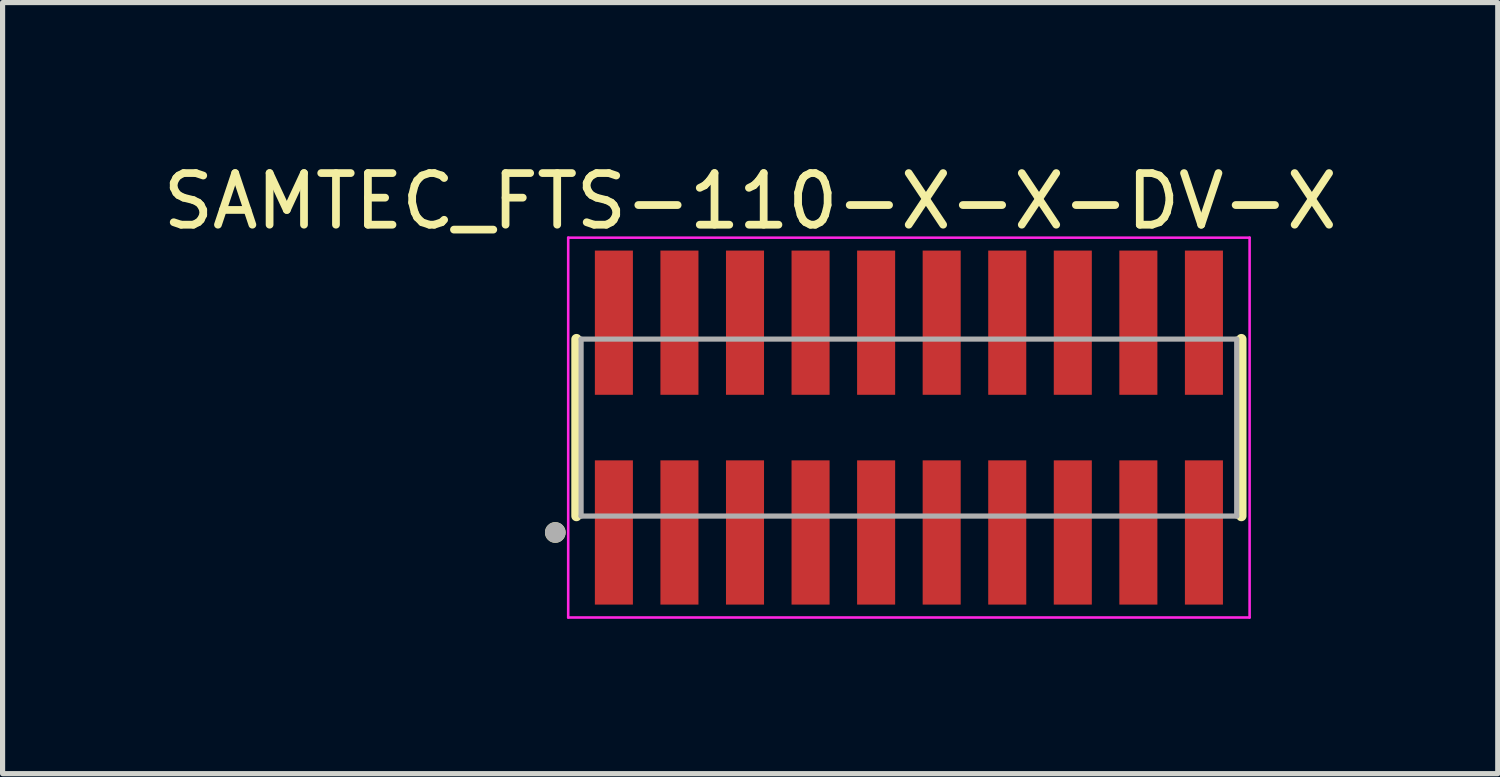
<source format=kicad_pcb>
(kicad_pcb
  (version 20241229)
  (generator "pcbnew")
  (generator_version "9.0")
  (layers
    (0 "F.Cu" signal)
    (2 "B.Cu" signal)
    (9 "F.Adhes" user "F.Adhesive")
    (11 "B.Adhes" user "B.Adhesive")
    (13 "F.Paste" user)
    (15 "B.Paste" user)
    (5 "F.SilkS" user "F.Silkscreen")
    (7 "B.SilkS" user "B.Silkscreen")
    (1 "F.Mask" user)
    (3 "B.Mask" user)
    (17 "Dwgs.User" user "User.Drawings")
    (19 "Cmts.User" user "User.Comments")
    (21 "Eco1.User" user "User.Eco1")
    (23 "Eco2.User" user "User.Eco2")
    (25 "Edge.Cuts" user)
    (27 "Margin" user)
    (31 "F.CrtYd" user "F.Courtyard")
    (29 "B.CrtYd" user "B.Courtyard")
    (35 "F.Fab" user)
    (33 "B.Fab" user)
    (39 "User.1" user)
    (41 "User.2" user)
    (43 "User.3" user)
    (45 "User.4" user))
  (footprint "SAMTEC_FTS-110-X-X-DV-X"
    (layer "F.Cu")
    (at 14.557 5.233)
    (property "Reference" "SAMTEC_FTS-110-X-X-DV-X" (at -3.075 -4.385 0) (layer "F.SilkS") (effects (font (size 1 1) (thickness 0.15))))
    (attr smd)
    (fp_line (start -6.44 1.714) (end -6.44 -1.714) (stroke (width 0.2) (type solid)) (layer "F.SilkS"))
    (fp_line (start 6.44 -1.714) (end 6.44 1.714) (stroke (width 0.2) (type solid)) (layer "F.SilkS"))
    (fp_circle (center -6.85 2.032) (end -6.75 2.032) (stroke (width 0.2) (type solid)) (fill no) (layer "F.SilkS"))
    (fp_line (start -6.6 -3.679) (end 6.6 -3.679) (stroke (width 0.05) (type solid)) (layer "F.CrtYd"))
    (fp_line (start -6.6 3.679) (end -6.6 -3.679) (stroke (width 0.05) (type solid)) (layer "F.CrtYd"))
    (fp_line (start 6.6 -3.679) (end 6.6 3.679) (stroke (width 0.05) (type solid)) (layer "F.CrtYd"))
    (fp_line (start 6.6 3.679) (end -6.6 3.679) (stroke (width 0.05) (type solid)) (layer "F.CrtYd"))
    (fp_line (start -6.35 -1.714) (end 6.35 -1.714) (stroke (width 0.1) (type solid)) (layer "F.Fab"))
    (fp_line (start -6.35 1.714) (end -6.35 -1.714) (stroke (width 0.1) (type solid)) (layer "F.Fab"))
    (fp_line (start 6.35 -1.714) (end 6.35 1.714) (stroke (width 0.1) (type solid)) (layer "F.Fab"))
    (fp_line (start 6.35 1.714) (end -6.35 1.714) (stroke (width 0.1) (type solid)) (layer "F.Fab"))
    (fp_circle (center -6.85 2.032) (end -6.75 2.032) (stroke (width 0.2) (type solid)) (fill no) (layer "F.Fab"))
    (pad "01" smd rect (at -5.715 2.032) (size 0.737 2.794) (layers "F.Cu" "F.Mask" "F.Paste"))
    (pad "02" smd rect (at -5.715 -2.032) (size 0.737 2.794) (layers "F.Cu" "F.Mask" "F.Paste"))
    (pad "03" smd rect (at -4.445 2.032) (size 0.737 2.794) (layers "F.Cu" "F.Mask" "F.Paste"))
    (pad "04" smd rect (at -4.445 -2.032) (size 0.737 2.794) (layers "F.Cu" "F.Mask" "F.Paste"))
    (pad "05" smd rect (at -3.175 2.032) (size 0.737 2.794) (layers "F.Cu" "F.Mask" "F.Paste"))
    (pad "06" smd rect (at -3.175 -2.032) (size 0.737 2.794) (layers "F.Cu" "F.Mask" "F.Paste"))
    (pad "07" smd rect (at -1.905 2.032) (size 0.737 2.794) (layers "F.Cu" "F.Mask" "F.Paste"))
    (pad "08" smd rect (at -1.905 -2.032) (size 0.737 2.794) (layers "F.Cu" "F.Mask" "F.Paste"))
    (pad "09" smd rect (at -0.635 2.032) (size 0.737 2.794) (layers "F.Cu" "F.Mask" "F.Paste"))
    (pad "10" smd rect (at -0.635 -2.032) (size 0.737 2.794) (layers "F.Cu" "F.Mask" "F.Paste"))
    (pad "11" smd rect (at 0.635 2.032) (size 0.737 2.794) (layers "F.Cu" "F.Mask" "F.Paste"))
    (pad "12" smd rect (at 0.635 -2.032) (size 0.737 2.794) (layers "F.Cu" "F.Mask" "F.Paste"))
    (pad "13" smd rect (at 1.905 2.032) (size 0.737 2.794) (layers "F.Cu" "F.Mask" "F.Paste"))
    (pad "14" smd rect (at 1.905 -2.032) (size 0.737 2.794) (layers "F.Cu" "F.Mask" "F.Paste"))
    (pad "15" smd rect (at 3.175 2.032) (size 0.737 2.794) (layers "F.Cu" "F.Mask" "F.Paste"))
    (pad "16" smd rect (at 3.175 -2.032) (size 0.737 2.794) (layers "F.Cu" "F.Mask" "F.Paste"))
    (pad "17" smd rect (at 4.445 2.032) (size 0.737 2.794) (layers "F.Cu" "F.Mask" "F.Paste"))
    (pad "18" smd rect (at 4.445 -2.032) (size 0.737 2.794) (layers "F.Cu" "F.Mask" "F.Paste"))
    (pad "19" smd rect (at 5.715 2.032) (size 0.737 2.794) (layers "F.Cu" "F.Mask" "F.Paste"))
    (pad "20" smd rect (at 5.715 -2.032) (size 0.737 2.794) (layers "F.Cu" "F.Mask" "F.Paste")))
  (gr_rect
    (start -3 -3)
    (end 25.964 11.937)
    (stroke (width 0.1) (type default))
    (fill no)
    (layer "Edge.Cuts")))
</source>
